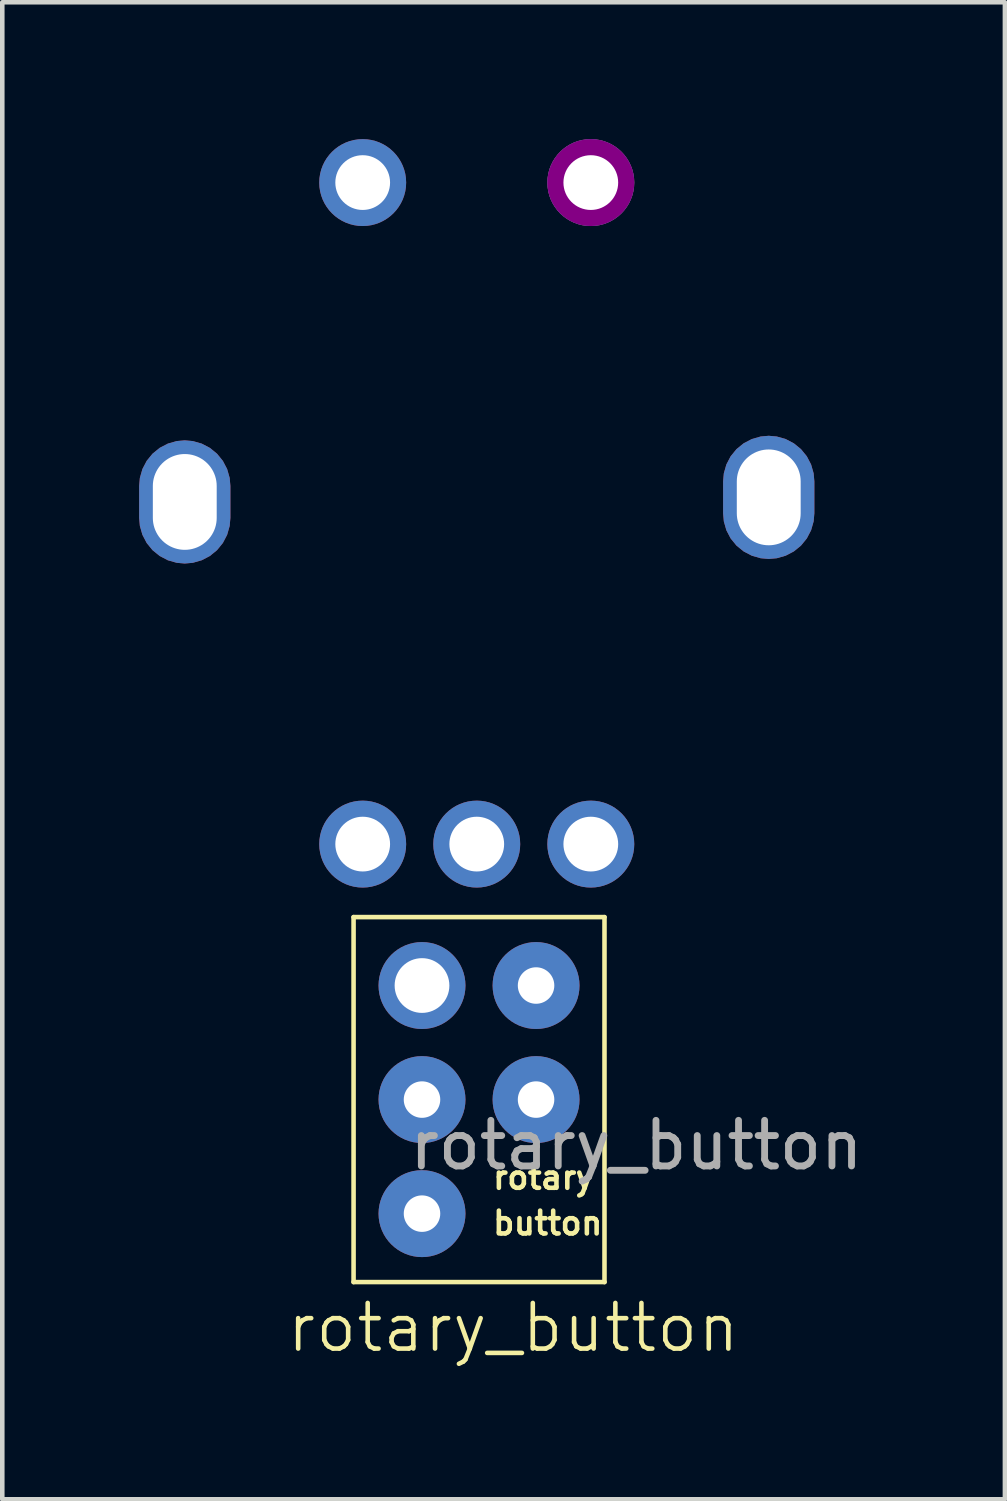
<source format=kicad_pcb>
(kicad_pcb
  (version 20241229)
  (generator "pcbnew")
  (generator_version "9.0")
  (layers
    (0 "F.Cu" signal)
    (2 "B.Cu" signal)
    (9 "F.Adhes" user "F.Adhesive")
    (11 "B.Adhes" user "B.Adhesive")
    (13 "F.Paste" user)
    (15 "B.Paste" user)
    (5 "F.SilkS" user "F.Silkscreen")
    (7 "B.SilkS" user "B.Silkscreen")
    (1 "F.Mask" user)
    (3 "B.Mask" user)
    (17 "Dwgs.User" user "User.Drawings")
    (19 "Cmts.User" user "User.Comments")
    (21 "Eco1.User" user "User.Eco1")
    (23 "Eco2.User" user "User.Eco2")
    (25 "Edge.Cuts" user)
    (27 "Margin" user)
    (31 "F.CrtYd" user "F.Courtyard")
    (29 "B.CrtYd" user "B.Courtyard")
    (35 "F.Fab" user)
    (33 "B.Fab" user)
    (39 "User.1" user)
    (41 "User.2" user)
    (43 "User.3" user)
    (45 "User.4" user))
  (footprint "rotary_button"
    (layer "F.Cu")
    (at 7.4 18.052)
    (property "Reference" "rotary_button" (at 0.8 8 0) (unlocked yes) (layer "F.SilkS") (effects (font (size 1 1) (thickness 0.1))))
    (attr smd)
    (fp_line (start -2.7 -1) (end 2.8 -1) (stroke (width 0.1) (type default)) (layer "F.SilkS"))
    (fp_line (start -2.7 7) (end -2.7 -1) (stroke (width 0.1) (type default)) (layer "F.SilkS"))
    (fp_line (start 2.8 -1) (end 2.8 7) (stroke (width 0.1) (type default)) (layer "F.SilkS"))
    (fp_line (start 2.8 7) (end -2.7 7) (stroke (width 0.1) (type default)) (layer "F.SilkS"))
    (fp_text user "rotary" (at 0.3 5 0) (unlocked yes) (layer "F.SilkS") (effects (font (size 0.5 0.5) (thickness 0.1)) (justify left bottom)))
    (fp_text user "button" (at 0.3 6 0) (unlocked yes) (layer "F.SilkS") (effects (font (size 0.5 0.5) (thickness 0.1)) (justify left bottom)))
    (fp_text user "${REFERENCE}" (at 3.5 4 0) (unlocked yes) (layer "F.Fab") (effects (font (size 1 1) (thickness 0.15))))
    (pad "1" thru_hole circle (at -2.5 -17.1) (size 1.905 1.905) (drill 1.2) (layers "*.Cu" "*.Mask"))
    (pad "1" thru_hole circle (at -1.2 0.5) (size 1.905 1.905) (drill 1.2) (layers "*.Cu" "*.Mask"))
    (pad "2" thru_hole circle (at -1.2 3) (size 1.905 1.905) (drill 0.8) (layers "*.Cu" "*.Mask"))
    (pad "2" thru_hole circle (at 0 -2.6) (size 1.905 1.905) (drill 1.2) (layers "*.Cu" "*.Mask"))
    (pad "3" thru_hole circle (at -2.5 -2.6) (size 1.905 1.905) (drill 1.2) (layers "*.Cu" "*.Mask"))
    (pad "3" thru_hole circle (at -1.2 5.5) (size 1.905 1.905) (drill 0.8) (layers "*.Cu" "*.Mask"))
    (pad "4" thru_hole circle (at 1.3 0.5) (size 1.905 1.905) (drill 0.8) (layers "*.Cu" "*.Mask"))
    (pad "4" thru_hole circle (at 2.5 -2.6) (size 1.905 1.905) (drill 1.2) (layers "*.Cu" "*.Mask"))
    (pad "5" thru_hole circle (at 1.3 3) (size 1.905 1.905) (drill 0.8) (layers "*.Cu" "*.Mask"))
    (pad "5" thru_hole circle (at 2.5 -17.1) (size 1.905 1.905) (drill 1.2) (layers "*.Cu" "*.Mask" "F.Adhes"))
    (pad "6" thru_hole roundrect (at -6.4 -10.1) (size 2 2.7) (drill oval 1.4 2.1) (layers "*.Cu" "*.Mask") (roundrect_rratio 0.5))
    (pad "6" thru_hole roundrect (at 6.4 -10.2) (size 2 2.7) (drill oval 1.4 2.1) (layers "*.Cu" "*.Mask") (roundrect_rratio 0.5)))
  (gr_rect
    (start -3 -3)
    (end 18.977 29.813)
    (stroke (width 0.1) (type default))
    (fill no)
    (layer "Edge.Cuts")))
</source>
